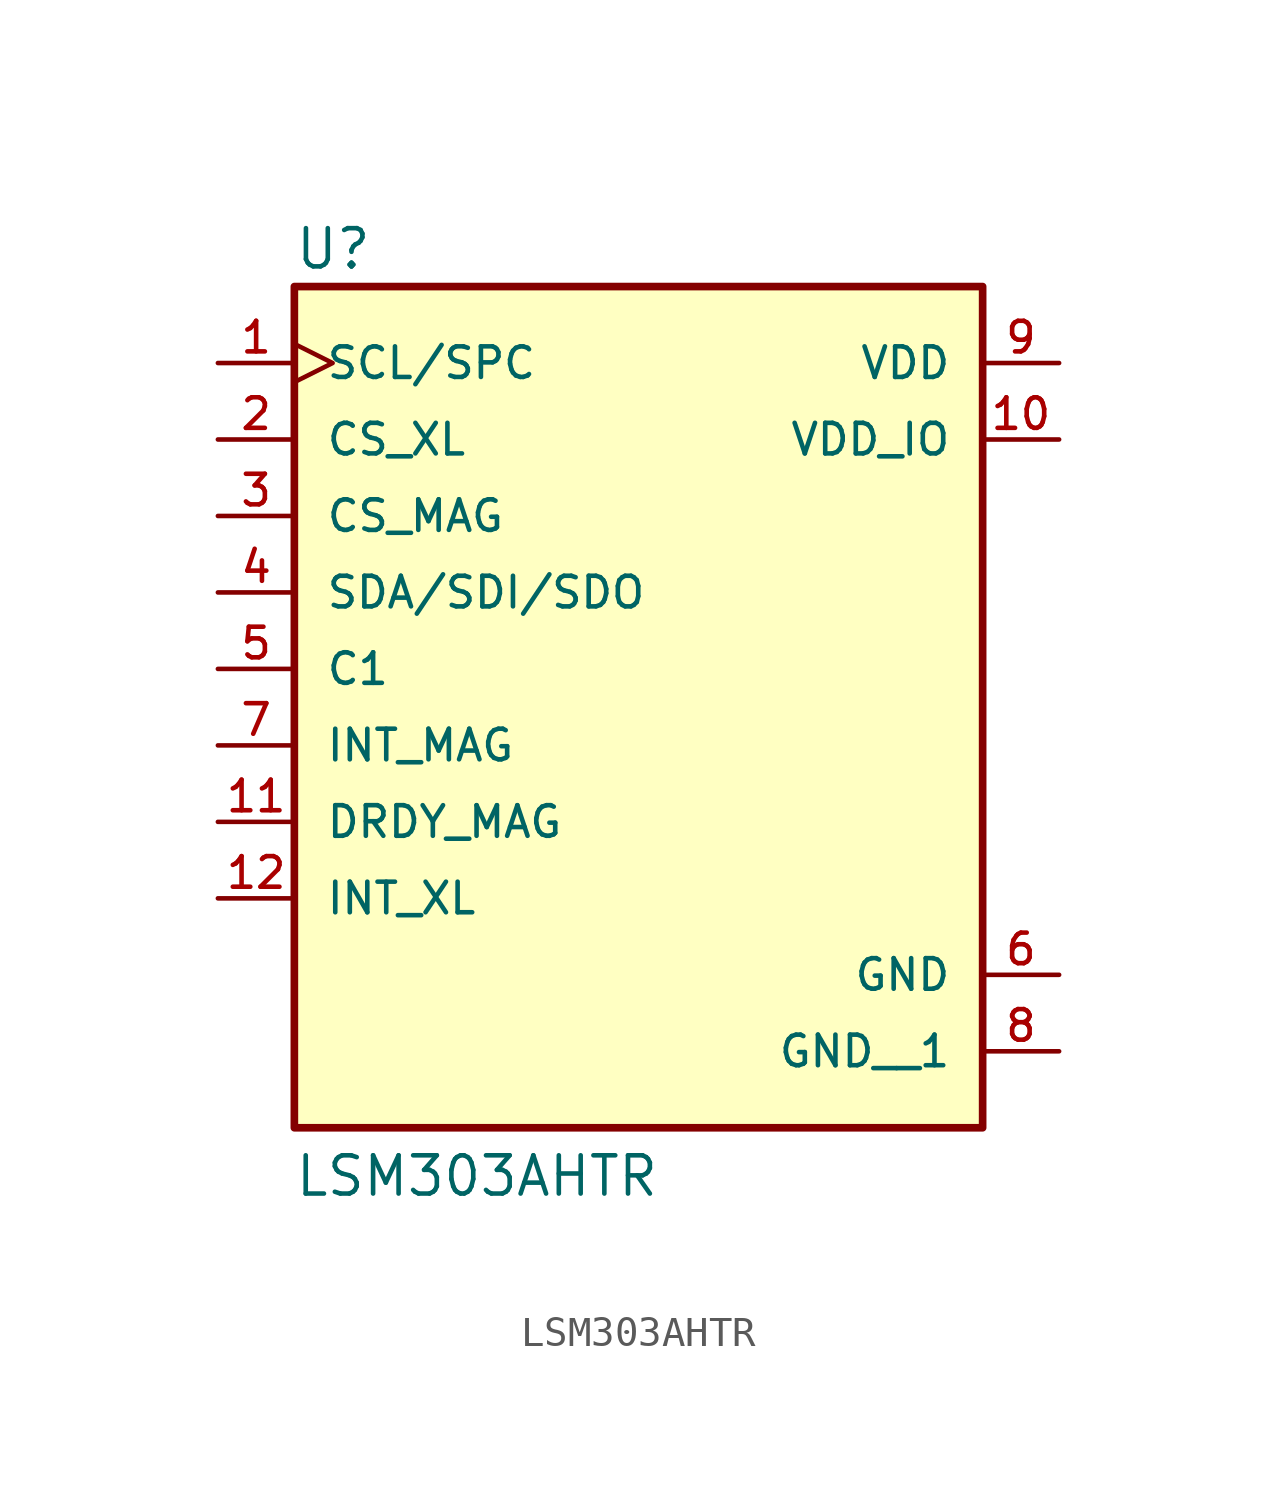
<source format=kicad_sym>
(kicad_symbol_lib
  (version 20211014)
  (generator kicad_symbol_editor)
  (symbol "LSM303AHTR"
    (pin_names
      (offset 1.016))
    (property "Reference" "U"
      (at -10.178 13.206 0)
      (effects (font (size 1.27 1.27)) (justify bottom left)))
    (property "Value" "LSM303AHTR"
      (at -10.185 -17.588 0)
      (effects (font (size 1.27 1.27)) (justify bottom left)))
    (symbol "LSM303AHTR_0_0"
      (rectangle (start -10.16 -15.24) (end 12.7 12.7) (stroke (width 0.254)) (fill (type background)))
      (pin bidirectional clock (at -12.7 10.16 0) (length 2.54) (name "SCL/SPC" (effects (font (size 1.016 1.016)))) (number "1" (effects (font (size 1.016 1.016)))))
      (pin bidirectional line (at -12.7 7.62 0) (length 2.54) (name "CS_XL" (effects (font (size 1.016 1.016)))) (number "2" (effects (font (size 1.016 1.016)))))
      (pin bidirectional line (at -12.7 5.08 0) (length 2.54) (name "CS_MAG" (effects (font (size 1.016 1.016)))) (number "3" (effects (font (size 1.016 1.016)))))
      (pin bidirectional line (at -12.7 2.54 0) (length 2.54) (name "SDA/SDI/SDO" (effects (font (size 1.016 1.016)))) (number "4" (effects (font (size 1.016 1.016)))))
      (pin bidirectional line (at -12.7 0.0 0) (length 2.54) (name "C1" (effects (font (size 1.016 1.016)))) (number "5" (effects (font (size 1.016 1.016)))))
      (pin power_in line (at 15.24 -10.16 180.0) (length 2.54) (name "GND" (effects (font (size 1.016 1.016)))) (number "6" (effects (font (size 1.016 1.016)))))
      (pin bidirectional line (at -12.7 -2.54 0) (length 2.54) (name "INT_MAG" (effects (font (size 1.016 1.016)))) (number "7" (effects (font (size 1.016 1.016)))))
      (pin power_in line (at 15.24 10.16 180.0) (length 2.54) (name "VDD" (effects (font (size 1.016 1.016)))) (number "9" (effects (font (size 1.016 1.016)))))
      (pin power_in line (at 15.24 7.62 180.0) (length 2.54) (name "VDD_IO" (effects (font (size 1.016 1.016)))) (number "10" (effects (font (size 1.016 1.016)))))
      (pin bidirectional line (at -12.7 -5.08 0) (length 2.54) (name "DRDY_MAG" (effects (font (size 1.016 1.016)))) (number "11" (effects (font (size 1.016 1.016)))))
      (pin bidirectional line (at -12.7 -7.62 0) (length 2.54) (name "INT_XL" (effects (font (size 1.016 1.016)))) (number "12" (effects (font (size 1.016 1.016)))))
      (pin power_in line (at 15.24 -12.7 180.0) (length 2.54) (name "GND__1" (effects (font (size 1.016 1.016)))) (number "8" (effects (font (size 1.016 1.016))))))))
</source>
